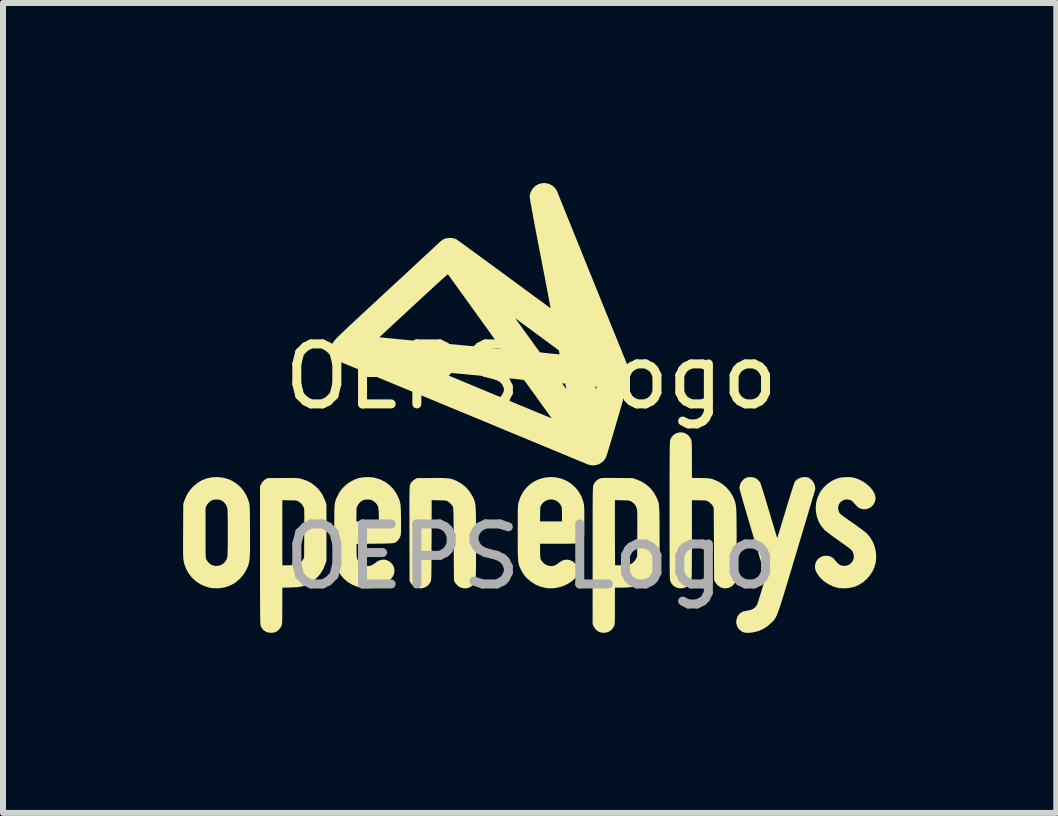
<source format=kicad_pcb>
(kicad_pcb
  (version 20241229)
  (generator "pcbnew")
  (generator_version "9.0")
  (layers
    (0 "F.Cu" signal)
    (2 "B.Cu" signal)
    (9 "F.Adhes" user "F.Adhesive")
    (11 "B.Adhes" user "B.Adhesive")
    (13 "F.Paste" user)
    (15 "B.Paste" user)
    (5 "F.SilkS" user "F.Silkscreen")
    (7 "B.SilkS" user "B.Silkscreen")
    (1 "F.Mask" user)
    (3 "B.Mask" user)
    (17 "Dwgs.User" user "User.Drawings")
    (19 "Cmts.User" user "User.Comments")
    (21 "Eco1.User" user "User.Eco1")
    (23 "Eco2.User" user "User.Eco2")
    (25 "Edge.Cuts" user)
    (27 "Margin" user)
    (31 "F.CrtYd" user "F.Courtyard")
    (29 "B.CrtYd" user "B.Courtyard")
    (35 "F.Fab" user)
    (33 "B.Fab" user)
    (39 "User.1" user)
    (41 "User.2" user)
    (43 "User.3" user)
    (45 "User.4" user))
  (footprint "OEPS Logo"
    (layer "F.Cu")
    (at 5.8 3.725)
    (property "Reference" "OEPS Logo" (at 0 -0.5 0) (unlocked yes) (layer "F.SilkS") (effects (font (size 1 1) (thickness 0.15))))
    (attr board_only exclude_from_pos_files exclude_from_bom)
    (fp_poly (pts (xy -3.982 1.238) (xy -3.948 1.239) (xy -3.921 1.24) (xy -3.899 1.241) (xy -3.881 1.243) (xy -3.864 1.246) (xy -3.847 1.25) (xy -3.844 1.251) (xy -3.765 1.277) (xy -3.692 1.314) (xy -3.627 1.363) (xy -3.57 1.422) (xy -3.523 1.489) (xy -3.487 1.566) (xy -3.48 1.582) (xy -3.461 1.638) (xy -3.461 2.098) (xy -3.461 2.558) (xy -3.477 2.607) (xy -3.511 2.687) (xy -3.555 2.758) (xy -3.609 2.82) (xy -3.674 2.872) (xy -3.74 2.91) (xy -3.771 2.925) (xy -3.799 2.937) (xy -3.827 2.946) (xy -3.856 2.952) (xy -3.889 2.957) (xy -3.928 2.96) (xy -3.977 2.962) (xy -4.037 2.964) (xy -4.038 2.964) (xy -4.196 2.968) (xy -4.196 3.289) (xy -4.196 3.365) (xy -4.197 3.428) (xy -4.197 3.48) (xy -4.197 3.522) (xy -4.198 3.554) (xy -4.199 3.58) (xy -4.2 3.599) (xy -4.202 3.613) (xy -4.204 3.624) (xy -4.207 3.632) (xy -4.209 3.639) (xy -4.23 3.671) (xy -4.256 3.697) (xy -4.282 3.711) (xy -4.308 3.717) (xy -4.34 3.718) (xy -4.371 3.715) (xy -4.395 3.707) (xy -4.395 3.707) (xy -4.423 3.689) (xy -4.442 3.669) (xy -4.455 3.645) (xy -4.457 3.641) (xy -4.458 3.636) (xy -4.459 3.63) (xy -4.461 3.621) (xy -4.462 3.609) (xy -4.463 3.594) (xy -4.464 3.575) (xy -4.464 3.55) (xy -4.465 3.521) (xy -4.466 3.485) (xy -4.466 3.442) (xy -4.467 3.392) (xy -4.467 3.334) (xy -4.467 3.268) (xy -4.467 3.192) (xy -4.468 3.106) (xy -4.468 3.009) (xy -4.468 2.901) (xy -4.468 2.781) (xy -4.468 2.649) (xy -4.468 2.503) (xy -4.468 2.478) (xy -4.468 2.102) (xy -4.196 2.102) (xy -4.196 2.695) (xy -4.055 2.693) (xy -4.006 2.691) (xy -3.968 2.69) (xy -3.939 2.688) (xy -3.918 2.686) (xy -3.9 2.683) (xy -3.885 2.678) (xy -3.874 2.674) (xy -3.832 2.651) (xy -3.794 2.619) (xy -3.762 2.58) (xy -3.75 2.558) (xy -3.733 2.523) (xy -3.731 2.111) (xy -3.73 2.025) (xy -3.73 1.952) (xy -3.73 1.89) (xy -3.73 1.839) (xy -3.73 1.797) (xy -3.731 1.763) (xy -3.731 1.736) (xy -3.732 1.716) (xy -3.734 1.7) (xy -3.735 1.687) (xy -3.738 1.677) (xy -3.74 1.669) (xy -3.743 1.66) (xy -3.743 1.66) (xy -3.766 1.617) (xy -3.799 1.577) (xy -3.838 1.545) (xy -3.86 1.532) (xy -3.874 1.526) (xy -3.886 1.521) (xy -3.899 1.517) (xy -3.915 1.515) (xy -3.937 1.513) (xy -3.966 1.512) (xy -4.005 1.511) (xy -4.048 1.51) (xy -4.196 1.508) (xy -4.196 2.102) (xy -4.468 2.102) (xy -4.468 1.339) (xy -4.453 1.309) (xy -4.433 1.28) (xy -4.41 1.259) (xy -4.382 1.241) (xy -4.143 1.239) (xy -4.077 1.238) (xy -4.024 1.238)) (stroke (width 0.1) (type solid)) (fill yes) (layer "F.SilkS"))
    (fp_poly (pts (xy 5.311 1.225) (xy 5.356 1.231) (xy 5.367 1.233) (xy 5.425 1.252) (xy 5.481 1.279) (xy 5.534 1.311) (xy 5.581 1.348) (xy 5.621 1.388) (xy 5.654 1.43) (xy 5.676 1.472) (xy 5.687 1.512) (xy 5.688 1.527) (xy 5.681 1.565) (xy 5.665 1.599) (xy 5.64 1.626) (xy 5.61 1.646) (xy 5.575 1.658) (xy 5.539 1.66) (xy 5.504 1.652) (xy 5.472 1.634) (xy 5.46 1.622) (xy 5.428 1.586) (xy 5.403 1.559) (xy 5.384 1.54) (xy 5.368 1.527) (xy 5.355 1.518) (xy 5.342 1.512) (xy 5.327 1.507) (xy 5.326 1.506) (xy 5.271 1.496) (xy 5.222 1.499) (xy 5.182 1.512) (xy 5.137 1.539) (xy 5.102 1.575) (xy 5.078 1.617) (xy 5.066 1.663) (xy 5.065 1.712) (xy 5.077 1.76) (xy 5.084 1.776) (xy 5.09 1.788) (xy 5.096 1.798) (xy 5.104 1.809) (xy 5.114 1.82) (xy 5.127 1.832) (xy 5.146 1.847) (xy 5.17 1.866) (xy 5.202 1.889) (xy 5.241 1.917) (xy 5.29 1.951) (xy 5.346 1.99) (xy 5.391 2.022) (xy 5.434 2.053) (xy 5.473 2.082) (xy 5.507 2.107) (xy 5.533 2.128) (xy 5.549 2.142) (xy 5.55 2.142) (xy 5.602 2.201) (xy 5.643 2.267) (xy 5.674 2.341) (xy 5.693 2.421) (xy 5.699 2.501) (xy 5.693 2.58) (xy 5.673 2.656) (xy 5.64 2.727) (xy 5.595 2.793) (xy 5.553 2.839) (xy 5.492 2.891) (xy 5.429 2.93) (xy 5.363 2.956) (xy 5.29 2.972) (xy 5.235 2.977) (xy 5.2 2.977) (xy 5.168 2.976) (xy 5.141 2.974) (xy 5.131 2.973) (xy 5.052 2.95) (xy 4.979 2.916) (xy 4.913 2.873) (xy 4.856 2.82) (xy 4.817 2.771) (xy 4.791 2.726) (xy 4.779 2.684) (xy 4.779 2.645) (xy 4.792 2.606) (xy 4.797 2.596) (xy 4.82 2.568) (xy 4.851 2.548) (xy 4.886 2.536) (xy 4.924 2.534) (xy 4.96 2.54) (xy 4.992 2.556) (xy 5.014 2.577) (xy 5.051 2.624) (xy 5.087 2.658) (xy 5.122 2.682) (xy 5.159 2.696) (xy 5.2 2.703) (xy 5.217 2.703) (xy 5.27 2.697) (xy 5.318 2.678) (xy 5.36 2.648) (xy 5.394 2.607) (xy 5.407 2.584) (xy 5.423 2.537) (xy 5.426 2.487) (xy 5.418 2.437) (xy 5.399 2.391) (xy 5.369 2.351) (xy 5.365 2.348) (xy 5.352 2.337) (xy 5.33 2.319) (xy 5.299 2.296) (xy 5.261 2.268) (xy 5.219 2.238) (xy 5.173 2.205) (xy 5.145 2.185) (xy 5.098 2.152) (xy 5.053 2.119) (xy 5.012 2.089) (xy 4.977 2.062) (xy 4.949 2.04) (xy 4.929 2.025) (xy 4.923 2.019) (xy 4.874 1.96) (xy 4.836 1.895) (xy 4.81 1.825) (xy 4.795 1.751) (xy 4.791 1.676) (xy 4.799 1.601) (xy 4.82 1.528) (xy 4.852 1.459) (xy 4.865 1.438) (xy 4.914 1.376) (xy 4.973 1.322) (xy 5.039 1.278) (xy 5.111 1.245) (xy 5.116 1.244) (xy 5.157 1.233) (xy 5.207 1.227) (xy 5.26 1.224)) (stroke (width 0.1) (type solid)) (fill yes) (layer "F.SilkS"))
    (fp_poly (pts (xy -5.158 1.23) (xy -5.08 1.249) (xy -5.006 1.28) (xy -4.939 1.323) (xy -4.879 1.375) (xy -4.828 1.437) (xy -4.787 1.507) (xy -4.756 1.585) (xy -4.752 1.599) (xy -4.749 1.61) (xy -4.746 1.622) (xy -4.744 1.635) (xy -4.742 1.651) (xy -4.74 1.669) (xy -4.739 1.693) (xy -4.738 1.723) (xy -4.737 1.76) (xy -4.736 1.805) (xy -4.736 1.86) (xy -4.735 1.926) (xy -4.735 2.004) (xy -4.734 2.056) (xy -4.734 2.153) (xy -4.734 2.236) (xy -4.734 2.308) (xy -4.734 2.37) (xy -4.735 2.422) (xy -4.737 2.466) (xy -4.739 2.503) (xy -4.742 2.535) (xy -4.745 2.562) (xy -4.749 2.585) (xy -4.754 2.606) (xy -4.76 2.626) (xy -4.765 2.64) (xy -4.795 2.706) (xy -4.836 2.771) (xy -4.886 2.829) (xy -4.942 2.879) (xy -4.985 2.909) (xy -5.058 2.944) (xy -5.136 2.967) (xy -5.217 2.977) (xy -5.299 2.975) (xy -5.336 2.97) (xy -5.415 2.948) (xy -5.489 2.914) (xy -5.556 2.87) (xy -5.615 2.815) (xy -5.665 2.752) (xy -5.704 2.682) (xy -5.732 2.604) (xy -5.74 2.572) (xy -5.742 2.559) (xy -5.744 2.544) (xy -5.746 2.527) (xy -5.747 2.505) (xy -5.748 2.479) (xy -5.749 2.446) (xy -5.749 2.406) (xy -5.75 2.357) (xy -5.75 2.299) (xy -5.75 2.229) (xy -5.749 2.148) (xy -5.749 2.073) (xy -5.747 1.673) (xy -5.475 1.673) (xy -5.475 2.098) (xy -5.475 2.186) (xy -5.475 2.261) (xy -5.475 2.324) (xy -5.475 2.377) (xy -5.474 2.42) (xy -5.474 2.455) (xy -5.473 2.483) (xy -5.472 2.505) (xy -5.47 2.521) (xy -5.468 2.534) (xy -5.466 2.544) (xy -5.464 2.552) (xy -5.462 2.558) (xy -5.446 2.588) (xy -5.422 2.62) (xy -5.393 2.65) (xy -5.365 2.672) (xy -5.364 2.673) (xy -5.318 2.694) (xy -5.267 2.704) (xy -5.214 2.703) (xy -5.163 2.691) (xy -5.147 2.684) (xy -5.098 2.655) (xy -5.059 2.615) (xy -5.03 2.567) (xy -5.013 2.512) (xy -5.012 2.51) (xy -5.011 2.494) (xy -5.009 2.465) (xy -5.008 2.426) (xy -5.007 2.379) (xy -5.006 2.323) (xy -5.005 2.262) (xy -5.005 2.197) (xy -5.005 2.13) (xy -5.005 2.062) (xy -5.005 1.995) (xy -5.005 1.931) (xy -5.006 1.871) (xy -5.007 1.817) (xy -5.008 1.77) (xy -5.009 1.733) (xy -5.01 1.707) (xy -5.011 1.695) (xy -5.027 1.638) (xy -5.055 1.589) (xy -5.094 1.548) (xy -5.14 1.517) (xy -5.159 1.508) (xy -5.177 1.503) (xy -5.197 1.5) (xy -5.226 1.499) (xy -5.242 1.499) (xy -5.275 1.499) (xy -5.299 1.501) (xy -5.318 1.506) (xy -5.338 1.513) (xy -5.347 1.518) (xy -5.393 1.548) (xy -5.431 1.59) (xy -5.457 1.634) (xy -5.475 1.673) (xy -5.747 1.673) (xy -5.747 1.631) (xy -5.728 1.575) (xy -5.703 1.514) (xy -5.673 1.46) (xy -5.633 1.408) (xy -5.597 1.369) (xy -5.535 1.315) (xy -5.469 1.274) (xy -5.397 1.245) (xy -5.32 1.228) (xy -5.241 1.223)) (stroke (width 0.1) (type solid)) (fill yes) (layer "F.SilkS"))
    (fp_poly (pts (xy -1.522 1.238) (xy -1.471 1.239) (xy -1.43 1.241) (xy -1.395 1.244) (xy -1.365 1.248) (xy -1.338 1.254) (xy -1.314 1.262) (xy -1.289 1.272) (xy -1.262 1.284) (xy -1.258 1.286) (xy -1.186 1.327) (xy -1.122 1.379) (xy -1.068 1.441) (xy -1.024 1.513) (xy -1.021 1.52) (xy -1.012 1.537) (xy -1.004 1.553) (xy -0.998 1.568) (xy -0.992 1.583) (xy -0.987 1.6) (xy -0.983 1.619) (xy -0.979 1.641) (xy -0.977 1.667) (xy -0.974 1.698) (xy -0.973 1.735) (xy -0.971 1.78) (xy -0.97 1.832) (xy -0.97 1.893) (xy -0.969 1.964) (xy -0.969 2.045) (xy -0.969 2.139) (xy -0.969 2.245) (xy -0.969 2.278) (xy -0.969 2.385) (xy -0.969 2.48) (xy -0.969 2.562) (xy -0.969 2.634) (xy -0.97 2.694) (xy -0.97 2.746) (xy -0.971 2.788) (xy -0.973 2.823) (xy -0.974 2.852) (xy -0.976 2.874) (xy -0.979 2.891) (xy -0.983 2.905) (xy -0.987 2.915) (xy -0.991 2.923) (xy -0.997 2.929) (xy -1.003 2.935) (xy -1.011 2.941) (xy -1.013 2.943) (xy -1.049 2.966) (xy -1.088 2.978) (xy -1.128 2.976) (xy -1.166 2.963) (xy -1.199 2.938) (xy -1.219 2.915) (xy -1.237 2.887) (xy -1.241 2.283) (xy -1.241 2.178) (xy -1.242 2.085) (xy -1.242 2.005) (xy -1.243 1.936) (xy -1.244 1.877) (xy -1.244 1.827) (xy -1.245 1.786) (xy -1.246 1.753) (xy -1.247 1.726) (xy -1.248 1.705) (xy -1.249 1.689) (xy -1.251 1.676) (xy -1.252 1.667) (xy -1.254 1.659) (xy -1.257 1.653) (xy -1.259 1.647) (xy -1.259 1.647) (xy -1.285 1.605) (xy -1.321 1.567) (xy -1.362 1.537) (xy -1.372 1.532) (xy -1.386 1.525) (xy -1.398 1.521) (xy -1.411 1.517) (xy -1.427 1.515) (xy -1.449 1.513) (xy -1.479 1.512) (xy -1.518 1.511) (xy -1.56 1.51) (xy -1.708 1.508) (xy -1.709 2.193) (xy -1.71 2.306) (xy -1.71 2.406) (xy -1.71 2.494) (xy -1.711 2.57) (xy -1.711 2.635) (xy -1.711 2.691) (xy -1.712 2.738) (xy -1.712 2.777) (xy -1.713 2.809) (xy -1.714 2.835) (xy -1.715 2.855) (xy -1.716 2.87) (xy -1.718 2.881) (xy -1.719 2.89) (xy -1.721 2.897) (xy -1.723 2.902) (xy -1.726 2.906) (xy -1.726 2.907) (xy -1.75 2.94) (xy -1.783 2.963) (xy -1.821 2.976) (xy -1.861 2.977) (xy -1.901 2.966) (xy -1.906 2.963) (xy -1.932 2.946) (xy -1.953 2.926) (xy -1.959 2.919) (xy -1.976 2.894) (xy -1.978 2.114) (xy -1.978 1.993) (xy -1.978 1.886) (xy -1.979 1.79) (xy -1.979 1.706) (xy -1.979 1.633) (xy -1.979 1.57) (xy -1.978 1.517) (xy -1.978 1.471) (xy -1.978 1.434) (xy -1.977 1.403) (xy -1.976 1.378) (xy -1.976 1.358) (xy -1.974 1.343) (xy -1.973 1.332) (xy -1.972 1.323) (xy -1.97 1.317) (xy -1.968 1.312) (xy -1.966 1.307) (xy -1.966 1.307) (xy -1.951 1.286) (xy -1.93 1.265) (xy -1.922 1.26) (xy -1.893 1.241) (xy -1.656 1.239) (xy -1.583 1.238)) (stroke (width 0.1) (type solid)) (fill yes) (layer "F.SilkS"))
    (fp_poly (pts (xy 2.525 0.482) (xy 2.559 0.496) (xy 2.59 0.52) (xy 2.613 0.554) (xy 2.617 0.563) (xy 2.62 0.571) (xy 2.622 0.581) (xy 2.624 0.597) (xy 2.625 0.617) (xy 2.626 0.644) (xy 2.627 0.68) (xy 2.627 0.724) (xy 2.628 0.779) (xy 2.628 0.846) (xy 2.628 0.912) (xy 2.628 1.236) (xy 2.797 1.239) (xy 2.854 1.24) (xy 2.898 1.241) (xy 2.933 1.243) (xy 2.96 1.246) (xy 2.98 1.248) (xy 2.997 1.252) (xy 3.004 1.254) (xy 3.084 1.287) (xy 3.157 1.33) (xy 3.22 1.384) (xy 3.273 1.446) (xy 3.316 1.516) (xy 3.343 1.58) (xy 3.348 1.596) (xy 3.353 1.614) (xy 3.357 1.633) (xy 3.361 1.654) (xy 3.364 1.679) (xy 3.366 1.708) (xy 3.368 1.743) (xy 3.37 1.783) (xy 3.371 1.831) (xy 3.372 1.887) (xy 3.372 1.952) (xy 3.373 2.028) (xy 3.373 2.114) (xy 3.373 2.213) (xy 3.372 2.324) (xy 3.372 2.325) (xy 3.37 2.88) (xy 3.349 2.914) (xy 3.321 2.947) (xy 3.286 2.968) (xy 3.244 2.978) (xy 3.208 2.976) (xy 3.171 2.962) (xy 3.139 2.939) (xy 3.117 2.911) (xy 3.098 2.879) (xy 3.095 2.276) (xy 3.091 1.673) (xy 3.073 1.638) (xy 3.045 1.597) (xy 3.008 1.561) (xy 2.968 1.533) (xy 2.959 1.529) (xy 2.946 1.523) (xy 2.934 1.519) (xy 2.919 1.516) (xy 2.899 1.514) (xy 2.873 1.513) (xy 2.838 1.511) (xy 2.792 1.511) (xy 2.776 1.51) (xy 2.628 1.508) (xy 2.628 2.19) (xy 2.628 2.303) (xy 2.628 2.403) (xy 2.627 2.49) (xy 2.627 2.566) (xy 2.627 2.632) (xy 2.627 2.688) (xy 2.626 2.735) (xy 2.626 2.774) (xy 2.625 2.806) (xy 2.624 2.831) (xy 2.623 2.851) (xy 2.622 2.867) (xy 2.621 2.878) (xy 2.619 2.887) (xy 2.617 2.894) (xy 2.615 2.899) (xy 2.615 2.9) (xy 2.592 2.935) (xy 2.56 2.961) (xy 2.523 2.975) (xy 2.482 2.978) (xy 2.444 2.97) (xy 2.408 2.95) (xy 2.38 2.92) (xy 2.369 2.9) (xy 2.367 2.896) (xy 2.366 2.891) (xy 2.365 2.884) (xy 2.363 2.875) (xy 2.362 2.864) (xy 2.361 2.849) (xy 2.36 2.83) (xy 2.36 2.806) (xy 2.359 2.776) (xy 2.358 2.741) (xy 2.358 2.698) (xy 2.357 2.649) (xy 2.357 2.591) (xy 2.357 2.525) (xy 2.357 2.45) (xy 2.356 2.364) (xy 2.356 2.268) (xy 2.356 2.161) (xy 2.356 2.042) (xy 2.356 1.91) (xy 2.356 1.765) (xy 2.356 1.73) (xy 2.356 1.581) (xy 2.356 1.445) (xy 2.356 1.322) (xy 2.356 1.211) (xy 2.356 1.111) (xy 2.357 1.023) (xy 2.357 0.944) (xy 2.357 0.875) (xy 2.357 0.815) (xy 2.358 0.763) (xy 2.358 0.718) (xy 2.359 0.681) (xy 2.36 0.65) (xy 2.36 0.625) (xy 2.361 0.605) (xy 2.362 0.59) (xy 2.363 0.579) (xy 2.365 0.57) (xy 2.366 0.565) (xy 2.367 0.563) (xy 2.388 0.527) (xy 2.417 0.501) (xy 2.451 0.485) (xy 2.488 0.478)) (stroke (width 0.1) (type solid)) (fill yes) (layer "F.SilkS"))
    (fp_poly (pts (xy 4.6 1.23) (xy 4.607 1.233) (xy 4.636 1.255) (xy 4.66 1.285) (xy 4.676 1.32) (xy 4.683 1.355) (xy 4.682 1.373) (xy 4.679 1.382) (xy 4.673 1.404) (xy 4.664 1.437) (xy 4.65 1.482) (xy 4.634 1.536) (xy 4.615 1.601) (xy 4.593 1.674) (xy 4.569 1.756) (xy 4.543 1.845) (xy 4.514 1.94) (xy 4.484 2.041) (xy 4.452 2.148) (xy 4.419 2.259) (xy 4.385 2.373) (xy 4.377 2.398) (xy 4.335 2.538) (xy 4.297 2.666) (xy 4.262 2.781) (xy 4.231 2.886) (xy 4.203 2.979) (xy 4.177 3.063) (xy 4.155 3.137) (xy 4.134 3.202) (xy 4.116 3.259) (xy 4.1 3.308) (xy 4.086 3.351) (xy 4.073 3.388) (xy 4.061 3.419) (xy 4.051 3.445) (xy 4.041 3.467) (xy 4.032 3.485) (xy 4.023 3.5) (xy 4.014 3.513) (xy 4.006 3.525) (xy 3.997 3.535) (xy 3.987 3.545) (xy 3.977 3.556) (xy 3.966 3.566) (xy 3.902 3.622) (xy 3.833 3.665) (xy 3.759 3.695) (xy 3.681 3.713) (xy 3.635 3.717) (xy 3.602 3.718) (xy 3.579 3.718) (xy 3.563 3.715) (xy 3.548 3.71) (xy 3.534 3.703) (xy 3.503 3.679) (xy 3.48 3.645) (xy 3.468 3.607) (xy 3.467 3.573) (xy 3.477 3.532) (xy 3.497 3.498) (xy 3.526 3.471) (xy 3.535 3.466) (xy 3.554 3.459) (xy 3.582 3.453) (xy 3.612 3.447) (xy 3.616 3.447) (xy 3.676 3.434) (xy 3.727 3.411) (xy 3.769 3.378) (xy 3.802 3.336) (xy 3.807 3.326) (xy 3.812 3.313) (xy 3.821 3.288) (xy 3.833 3.253) (xy 3.846 3.211) (xy 3.861 3.162) (xy 3.878 3.109) (xy 3.889 3.071) (xy 3.958 2.843) (xy 3.739 2.111) (xy 3.708 2.008) (xy 3.679 1.909) (xy 3.651 1.816) (xy 3.626 1.729) (xy 3.602 1.649) (xy 3.581 1.576) (xy 3.563 1.513) (xy 3.548 1.459) (xy 3.536 1.415) (xy 3.527 1.382) (xy 3.522 1.361) (xy 3.52 1.353) (xy 3.527 1.314) (xy 3.545 1.279) (xy 3.573 1.249) (xy 3.582 1.243) (xy 3.601 1.232) (xy 3.618 1.226) (xy 3.637 1.224) (xy 3.661 1.225) (xy 3.689 1.227) (xy 3.708 1.232) (xy 3.725 1.241) (xy 3.734 1.249) (xy 3.753 1.266) (xy 3.768 1.284) (xy 3.772 1.29) (xy 3.776 1.3) (xy 3.783 1.322) (xy 3.794 1.355) (xy 3.808 1.399) (xy 3.824 1.451) (xy 3.843 1.512) (xy 3.863 1.58) (xy 3.886 1.653) (xy 3.909 1.731) (xy 3.934 1.813) (xy 3.939 1.83) (xy 3.963 1.912) (xy 3.986 1.99) (xy 4.009 2.064) (xy 4.029 2.131) (xy 4.047 2.191) (xy 4.063 2.244) (xy 4.076 2.287) (xy 4.087 2.321) (xy 4.094 2.343) (xy 4.098 2.354) (xy 4.098 2.354) (xy 4.1 2.348) (xy 4.107 2.33) (xy 4.117 2.301) (xy 4.129 2.261) (xy 4.145 2.212) (xy 4.163 2.154) (xy 4.183 2.089) (xy 4.205 2.018) (xy 4.228 1.941) (xy 4.253 1.859) (xy 4.263 1.828) (xy 4.288 1.744) (xy 4.312 1.664) (xy 4.335 1.589) (xy 4.357 1.519) (xy 4.377 1.456) (xy 4.394 1.401) (xy 4.409 1.354) (xy 4.421 1.318) (xy 4.43 1.292) (xy 4.436 1.278) (xy 4.437 1.276) (xy 4.46 1.253) (xy 4.493 1.235) (xy 4.53 1.225) (xy 4.567 1.223)) (stroke (width 0.1) (type solid)) (fill yes) (layer "F.SilkS"))
    (fp_poly (pts (xy 0.414 1.23) (xy 0.493 1.249) (xy 0.566 1.28) (xy 0.634 1.322) (xy 0.693 1.374) (xy 0.744 1.434) (xy 0.785 1.503) (xy 0.815 1.579) (xy 0.823 1.609) (xy 0.827 1.627) (xy 0.83 1.643) (xy 0.832 1.661) (xy 0.834 1.682) (xy 0.835 1.707) (xy 0.835 1.74) (xy 0.836 1.78) (xy 0.836 1.83) (xy 0.835 1.892) (xy 0.835 1.909) (xy 0.833 2.148) (xy 0.814 2.176) (xy 0.791 2.202) (xy 0.765 2.219) (xy 0.757 2.223) (xy 0.75 2.226) (xy 0.74 2.228) (xy 0.727 2.23) (xy 0.711 2.231) (xy 0.688 2.232) (xy 0.659 2.233) (xy 0.622 2.234) (xy 0.575 2.234) (xy 0.517 2.234) (xy 0.447 2.234) (xy 0.416 2.234) (xy 0.097 2.234) (xy 0.099 2.386) (xy 0.1 2.435) (xy 0.1 2.473) (xy 0.102 2.502) (xy 0.103 2.523) (xy 0.106 2.539) (xy 0.109 2.552) (xy 0.114 2.564) (xy 0.12 2.577) (xy 0.15 2.621) (xy 0.188 2.657) (xy 0.233 2.684) (xy 0.283 2.701) (xy 0.335 2.707) (xy 0.387 2.7) (xy 0.391 2.699) (xy 0.41 2.693) (xy 0.426 2.686) (xy 0.443 2.676) (xy 0.464 2.662) (xy 0.491 2.642) (xy 0.502 2.633) (xy 0.543 2.609) (xy 0.584 2.599) (xy 0.624 2.603) (xy 0.664 2.62) (xy 0.669 2.624) (xy 0.702 2.653) (xy 0.723 2.687) (xy 0.731 2.725) (xy 0.726 2.765) (xy 0.709 2.803) (xy 0.689 2.831) (xy 0.637 2.877) (xy 0.575 2.916) (xy 0.507 2.946) (xy 0.434 2.966) (xy 0.359 2.977) (xy 0.284 2.976) (xy 0.251 2.972) (xy 0.174 2.953) (xy 0.099 2.922) (xy 0.031 2.88) (xy -0.029 2.83) (xy -0.033 2.825) (xy -0.058 2.799) (xy -0.078 2.776) (xy -0.094 2.751) (xy -0.111 2.721) (xy -0.123 2.698) (xy -0.133 2.679) (xy -0.141 2.661) (xy -0.148 2.644) (xy -0.155 2.627) (xy -0.16 2.607) (xy -0.164 2.585) (xy -0.167 2.558) (xy -0.169 2.527) (xy -0.171 2.489) (xy -0.173 2.444) (xy -0.173 2.39) (xy -0.174 2.326) (xy -0.174 2.251) (xy -0.174 2.165) (xy -0.174 2.102) (xy -0.174 2.012) (xy -0.174 1.962) (xy 0.097 1.962) (xy 0.331 1.962) (xy 0.566 1.962) (xy 0.563 1.814) (xy 0.563 1.765) (xy 0.562 1.727) (xy 0.56 1.699) (xy 0.559 1.679) (xy 0.556 1.663) (xy 0.552 1.65) (xy 0.547 1.638) (xy 0.542 1.626) (xy 0.512 1.58) (xy 0.474 1.544) (xy 0.431 1.518) (xy 0.384 1.502) (xy 0.335 1.496) (xy 0.285 1.5) (xy 0.237 1.515) (xy 0.193 1.54) (xy 0.153 1.575) (xy 0.121 1.62) (xy 0.12 1.624) (xy 0.113 1.636) (xy 0.109 1.647) (xy 0.105 1.659) (xy 0.103 1.675) (xy 0.101 1.697) (xy 0.1 1.726) (xy 0.1 1.766) (xy 0.099 1.811) (xy 0.097 1.962) (xy -0.174 1.962) (xy -0.174 1.934) (xy -0.174 1.869) (xy -0.174 1.814) (xy -0.173 1.768) (xy -0.173 1.731) (xy -0.172 1.7) (xy -0.171 1.676) (xy -0.169 1.656) (xy -0.168 1.641) (xy -0.166 1.627) (xy -0.163 1.615) (xy -0.16 1.604) (xy -0.16 1.603) (xy -0.133 1.524) (xy -0.095 1.452) (xy -0.046 1.388) (xy 0.011 1.334) (xy 0.077 1.289) (xy 0.149 1.256) (xy 0.227 1.233) (xy 0.31 1.224) (xy 0.331 1.223)) (stroke (width 0.1) (type solid)) (fill yes) (layer "F.SilkS"))
    (fp_poly (pts (xy 1.393 1.238) (xy 1.44 1.239) (xy 1.683 1.241) (xy 1.739 1.26) (xy 1.819 1.295) (xy 1.89 1.34) (xy 1.951 1.395) (xy 2.002 1.46) (xy 2.04 1.527) (xy 2.049 1.547) (xy 2.057 1.564) (xy 2.064 1.581) (xy 2.07 1.598) (xy 2.075 1.617) (xy 2.078 1.638) (xy 2.081 1.664) (xy 2.084 1.694) (xy 2.085 1.731) (xy 2.087 1.776) (xy 2.088 1.829) (xy 2.088 1.893) (xy 2.089 1.967) (xy 2.089 2.055) (xy 2.089 2.068) (xy 2.09 2.163) (xy 2.09 2.245) (xy 2.09 2.315) (xy 2.09 2.375) (xy 2.089 2.426) (xy 2.087 2.469) (xy 2.085 2.505) (xy 2.082 2.535) (xy 2.078 2.561) (xy 2.074 2.583) (xy 2.068 2.603) (xy 2.062 2.623) (xy 2.054 2.643) (xy 2.053 2.647) (xy 2.019 2.714) (xy 1.974 2.776) (xy 1.92 2.832) (xy 1.859 2.88) (xy 1.793 2.917) (xy 1.743 2.937) (xy 1.707 2.947) (xy 1.671 2.955) (xy 1.63 2.96) (xy 1.583 2.964) (xy 1.526 2.965) (xy 1.472 2.966) (xy 1.345 2.966) (xy 1.345 3.291) (xy 1.345 3.367) (xy 1.345 3.43) (xy 1.345 3.482) (xy 1.345 3.524) (xy 1.344 3.557) (xy 1.343 3.582) (xy 1.342 3.602) (xy 1.34 3.616) (xy 1.338 3.627) (xy 1.336 3.636) (xy 1.332 3.643) (xy 1.33 3.648) (xy 1.307 3.68) (xy 1.276 3.703) (xy 1.239 3.716) (xy 1.199 3.719) (xy 1.159 3.71) (xy 1.143 3.702) (xy 1.119 3.686) (xy 1.101 3.664) (xy 1.093 3.649) (xy 1.073 3.613) (xy 1.074 2.479) (xy 1.074 2.332) (xy 1.074 2.197) (xy 1.074 2.096) (xy 1.345 2.096) (xy 1.345 2.186) (xy 1.346 2.271) (xy 1.346 2.351) (xy 1.346 2.426) (xy 1.347 2.493) (xy 1.347 2.552) (xy 1.348 2.602) (xy 1.348 2.642) (xy 1.349 2.67) (xy 1.35 2.686) (xy 1.351 2.69) (xy 1.359 2.692) (xy 1.379 2.693) (xy 1.408 2.693) (xy 1.445 2.693) (xy 1.487 2.693) (xy 1.495 2.693) (xy 1.635 2.691) (xy 1.681 2.668) (xy 1.73 2.637) (xy 1.768 2.597) (xy 1.797 2.549) (xy 1.816 2.509) (xy 1.818 2.12) (xy 1.818 2.035) (xy 1.818 1.962) (xy 1.819 1.901) (xy 1.818 1.851) (xy 1.818 1.809) (xy 1.817 1.776) (xy 1.816 1.749) (xy 1.815 1.728) (xy 1.813 1.712) (xy 1.811 1.699) (xy 1.809 1.688) (xy 1.789 1.634) (xy 1.758 1.588) (xy 1.716 1.552) (xy 1.68 1.531) (xy 1.667 1.525) (xy 1.654 1.52) (xy 1.641 1.517) (xy 1.624 1.514) (xy 1.601 1.513) (xy 1.57 1.512) (xy 1.529 1.511) (xy 1.493 1.51) (xy 1.345 1.508) (xy 1.345 2.096) (xy 1.074 2.096) (xy 1.074 2.076) (xy 1.074 1.967) (xy 1.074 1.869) (xy 1.074 1.781) (xy 1.074 1.704) (xy 1.075 1.636) (xy 1.075 1.577) (xy 1.075 1.526) (xy 1.076 1.482) (xy 1.076 1.446) (xy 1.077 1.415) (xy 1.078 1.391) (xy 1.079 1.371) (xy 1.08 1.355) (xy 1.081 1.343) (xy 1.082 1.334) (xy 1.083 1.327) (xy 1.085 1.322) (xy 1.086 1.317) (xy 1.086 1.317) (xy 1.104 1.289) (xy 1.128 1.265) (xy 1.155 1.247) (xy 1.173 1.241) (xy 1.185 1.24) (xy 1.21 1.239) (xy 1.244 1.238) (xy 1.288 1.238) (xy 1.338 1.238)) (stroke (width 0.1) (type solid)) (fill yes) (layer "F.SilkS"))
    (fp_poly (pts (xy -2.67 1.226) (xy -2.621 1.233) (xy -2.617 1.234) (xy -2.537 1.258) (xy -2.464 1.294) (xy -2.398 1.341) (xy -2.341 1.398) (xy -2.294 1.464) (xy -2.275 1.499) (xy -2.262 1.527) (xy -2.25 1.552) (xy -2.241 1.575) (xy -2.235 1.599) (xy -2.229 1.624) (xy -2.225 1.654) (xy -2.223 1.689) (xy -2.221 1.732) (xy -2.22 1.785) (xy -2.219 1.848) (xy -2.218 1.876) (xy -2.218 1.952) (xy -2.218 2.015) (xy -2.218 2.064) (xy -2.22 2.101) (xy -2.222 2.126) (xy -2.223 2.135) (xy -2.236 2.164) (xy -2.255 2.192) (xy -2.279 2.215) (xy -2.289 2.222) (xy -2.297 2.224) (xy -2.314 2.226) (xy -2.34 2.228) (xy -2.377 2.229) (xy -2.425 2.231) (xy -2.484 2.232) (xy -2.556 2.233) (xy -2.631 2.234) (xy -2.959 2.237) (xy -2.959 2.377) (xy -2.959 2.434) (xy -2.957 2.48) (xy -2.954 2.516) (xy -2.948 2.545) (xy -2.94 2.569) (xy -2.929 2.59) (xy -2.914 2.61) (xy -2.899 2.628) (xy -2.86 2.664) (xy -2.819 2.688) (xy -2.773 2.701) (xy -2.725 2.704) (xy -2.694 2.704) (xy -2.671 2.701) (xy -2.652 2.696) (xy -2.631 2.686) (xy -2.629 2.685) (xy -2.601 2.669) (xy -2.572 2.648) (xy -2.56 2.638) (xy -2.522 2.612) (xy -2.481 2.6) (xy -2.441 2.6) (xy -2.401 2.614) (xy -2.382 2.627) (xy -2.352 2.656) (xy -2.335 2.689) (xy -2.328 2.73) (xy -2.328 2.736) (xy -2.333 2.773) (xy -2.349 2.807) (xy -2.376 2.84) (xy -2.412 2.871) (xy -2.476 2.913) (xy -2.541 2.944) (xy -2.587 2.959) (xy -2.628 2.968) (xy -2.676 2.974) (xy -2.726 2.977) (xy -2.771 2.976) (xy -2.799 2.973) (xy -2.878 2.955) (xy -2.953 2.925) (xy -3.021 2.885) (xy -3.081 2.836) (xy -3.119 2.793) (xy -3.149 2.751) (xy -3.177 2.701) (xy -3.201 2.649) (xy -3.218 2.6) (xy -3.219 2.596) (xy -3.221 2.586) (xy -3.223 2.575) (xy -3.225 2.561) (xy -3.226 2.543) (xy -3.228 2.521) (xy -3.229 2.493) (xy -3.229 2.459) (xy -3.23 2.416) (xy -3.23 2.364) (xy -3.231 2.302) (xy -3.231 2.229) (xy -3.231 2.144) (xy -3.231 2.102) (xy -3.231 2.008) (xy -3.231 1.962) (xy -2.964 1.962) (xy -2.726 1.962) (xy -2.488 1.962) (xy -2.488 1.841) (xy -2.489 1.779) (xy -2.492 1.729) (xy -2.496 1.69) (xy -2.502 1.658) (xy -2.511 1.632) (xy -2.515 1.624) (xy -2.544 1.58) (xy -2.584 1.542) (xy -2.615 1.523) (xy -2.637 1.511) (xy -2.655 1.504) (xy -2.673 1.5) (xy -2.696 1.499) (xy -2.725 1.499) (xy -2.76 1.499) (xy -2.785 1.502) (xy -2.804 1.507) (xy -2.823 1.514) (xy -2.824 1.515) (xy -2.872 1.545) (xy -2.91 1.584) (xy -2.936 1.626) (xy -2.959 1.673) (xy -2.961 1.817) (xy -2.964 1.962) (xy -3.231 1.962) (xy -3.231 1.928) (xy -3.23 1.859) (xy -3.23 1.8) (xy -3.229 1.751) (xy -3.228 1.71) (xy -3.227 1.677) (xy -3.225 1.649) (xy -3.222 1.626) (xy -3.219 1.606) (xy -3.215 1.589) (xy -3.21 1.574) (xy -3.204 1.558) (xy -3.198 1.542) (xy -3.194 1.534) (xy -3.156 1.46) (xy -3.107 1.394) (xy -3.048 1.337) (xy -2.98 1.29) (xy -2.903 1.253) (xy -2.879 1.244) (xy -2.835 1.233) (xy -2.782 1.226) (xy -2.725 1.224)) (stroke (width 0.1) (type solid)) (fill yes) (layer "F.SilkS"))
    (fp_poly (pts (xy 0.278 -3.665) (xy 0.323 -3.643) (xy 0.359 -3.61) (xy 0.387 -3.568) (xy 0.396 -3.546) (xy 0.4 -3.536) (xy 0.409 -3.513) (xy 0.422 -3.479) (xy 0.44 -3.434) (xy 0.462 -3.379) (xy 0.488 -3.315) (xy 0.517 -3.242) (xy 0.55 -3.161) (xy 0.585 -3.074) (xy 0.623 -2.979) (xy 0.663 -2.879) (xy 0.706 -2.774) (xy 0.75 -2.665) (xy 0.796 -2.552) (xy 0.842 -2.436) (xy 0.89 -2.318) (xy 0.938 -2.199) (xy 0.987 -2.079) (xy 1.035 -1.959) (xy 1.084 -1.84) (xy 1.131 -1.722) (xy 1.178 -1.607) (xy 1.224 -1.494) (xy 1.268 -1.385) (xy 1.31 -1.28) (xy 1.351 -1.181) (xy 1.389 -1.087) (xy 1.424 -1) (xy 1.457 -0.919) (xy 1.486 -0.847) (xy 1.512 -0.784) (xy 1.534 -0.73) (xy 1.552 -0.686) (xy 1.566 -0.652) (xy 1.575 -0.631) (xy 1.579 -0.622) (xy 1.59 -0.594) (xy 1.595 -0.571) (xy 1.595 -0.543) (xy 1.595 -0.538) (xy 1.592 -0.525) (xy 1.586 -0.5) (xy 1.577 -0.464) (xy 1.565 -0.417) (xy 1.55 -0.362) (xy 1.532 -0.3) (xy 1.513 -0.23) (xy 1.492 -0.156) (xy 1.469 -0.077) (xy 1.446 0.005) (xy 1.421 0.089) (xy 1.397 0.173) (xy 1.372 0.257) (xy 1.348 0.34) (xy 1.324 0.42) (xy 1.302 0.497) (xy 1.28 0.568) (xy 1.261 0.633) (xy 1.243 0.692) (xy 1.228 0.741) (xy 1.215 0.782) (xy 1.205 0.811) (xy 1.198 0.829) (xy 1.197 0.833) (xy 1.169 0.871) (xy 1.133 0.9) (xy 1.09 0.92) (xy 1.044 0.929) (xy 0.996 0.926) (xy 0.955 0.914) (xy 0.938 0.907) (xy 0.908 0.894) (xy 0.868 0.877) (xy 0.816 0.856) (xy 0.755 0.831) (xy 0.684 0.801) (xy 0.605 0.768) (xy 0.517 0.732) (xy 0.421 0.692) (xy 0.318 0.649) (xy 0.209 0.604) (xy 0.094 0.556) (xy -0.027 0.506) (xy -0.152 0.454) (xy -0.281 0.401) (xy -0.414 0.346) (xy -0.549 0.289) (xy -0.687 0.232) (xy -0.827 0.174) (xy -0.968 0.116) (xy -1.109 0.057) (xy -1.25 -0.001) (xy -1.391 -0.059) (xy -1.53 -0.117) (xy -1.668 -0.174) (xy -1.803 -0.23) (xy -1.935 -0.285) (xy -2.063 -0.338) (xy -2.187 -0.389) (xy -2.306 -0.438) (xy -2.419 -0.485) (xy -2.527 -0.53) (xy -2.628 -0.572) (xy -2.722 -0.61) (xy -2.807 -0.646) (xy -2.835 -0.657) (xy -1.834 -0.657) (xy -1.828 -0.654) (xy -1.81 -0.647) (xy -1.781 -0.634) (xy -1.741 -0.617) (xy -1.692 -0.597) (xy -1.633 -0.572) (xy -1.567 -0.544) (xy -1.493 -0.513) (xy -1.412 -0.479) (xy -1.326 -0.443) (xy -1.234 -0.405) (xy -1.138 -0.365) (xy -1.039 -0.324) (xy -0.937 -0.281) (xy -0.833 -0.238) (xy -0.728 -0.194) (xy -0.622 -0.15) (xy -0.517 -0.107) (xy -0.413 -0.064) (xy -0.312 -0.021) (xy -0.212 0.02) (xy -0.117 0.059) (xy -0.026 0.097) (xy 0.06 0.133) (xy 0.141 0.166) (xy 0.214 0.196) (xy 0.28 0.223) (xy 0.338 0.247) (xy 0.387 0.267) (xy 0.426 0.283) (xy 0.455 0.295) (xy 0.472 0.301) (xy 0.477 0.303) (xy 0.477 0.298) (xy 0.47 0.286) (xy 0.465 0.281) (xy 0.453 0.264) (xy 0.436 0.241) (xy 0.418 0.215) (xy 0.414 0.209) (xy 0.399 0.189) (xy 0.378 0.16) (xy 0.353 0.124) (xy 0.324 0.085) (xy 0.295 0.044) (xy 0.286 0.031) (xy 0.257 -0.009) (xy 0.228 -0.048) (xy 0.202 -0.085) (xy 0.18 -0.115) (xy 0.164 -0.138) (xy 0.16 -0.143) (xy 0.112 -0.211) (xy 0.067 -0.273) (xy 0.026 -0.329) (xy -0.009 -0.378) (xy -0.039 -0.419) (xy -0.06 -0.447) (xy 0.414 -0.447) (xy 0.417 -0.441) (xy 0.428 -0.426) (xy 0.445 -0.402) (xy 0.467 -0.37) (xy 0.494 -0.333) (xy 0.524 -0.291) (xy 0.542 -0.266) (xy 0.573 -0.223) (xy 0.602 -0.183) (xy 0.628 -0.149) (xy 0.648 -0.121) (xy 0.663 -0.101) (xy 0.672 -0.09) (xy 0.673 -0.089) (xy 0.673 -0.096) (xy 0.67 -0.115) (xy 0.665 -0.144) (xy 0.658 -0.181) (xy 0.65 -0.224) (xy 0.643 -0.258) (xy 0.634 -0.305) (xy 0.626 -0.346) (xy 0.619 -0.381) (xy 0.618 -0.389) (xy 1.011 -0.389) (xy 1.011 -0.382) (xy 1.014 -0.363) (xy 1.019 -0.335) (xy 1.025 -0.3) (xy 1.031 -0.266) (xy 1.042 -0.21) (xy 1.05 -0.165) (xy 1.057 -0.132) (xy 1.062 -0.108) (xy 1.066 -0.093) (xy 1.068 -0.084) (xy 1.07 -0.081) (xy 1.07 -0.081) (xy 1.072 -0.088) (xy 1.078 -0.107) (xy 1.087 -0.135) (xy 1.097 -0.17) (xy 1.109 -0.211) (xy 1.115 -0.229) (xy 1.127 -0.272) (xy 1.138 -0.31) (xy 1.146 -0.341) (xy 1.152 -0.363) (xy 1.155 -0.375) (xy 1.155 -0.377) (xy 1.148 -0.378) (xy 1.13 -0.38) (xy 1.105 -0.383) (xy 1.078 -0.385) (xy 1.051 -0.387) (xy 1.029 -0.389) (xy 1.015 -0.389) (xy 1.011 -0.389) (xy 0.618 -0.389) (xy 0.614 -0.407) (xy 0.611 -0.423) (xy 0.61 -0.427) (xy 0.603 -0.428) (xy 0.585 -0.431) (xy 0.56 -0.434) (xy 0.529 -0.437) (xy 0.497 -0.44) (xy 0.467 -0.443) (xy 0.441 -0.445) (xy 0.422 -0.447) (xy 0.414 -0.447) (xy 0.414 -0.447) (xy -0.06 -0.447) (xy -0.062 -0.45) (xy -0.079 -0.472) (xy -0.088 -0.484) (xy -0.09 -0.485) (xy -0.094 -0.488) (xy -0.102 -0.49) (xy -0.115 -0.493) (xy -0.135 -0.496) (xy -0.161 -0.499) (xy -0.194 -0.503) (xy -0.236 -0.508) (xy -0.286 -0.513) (xy -0.347 -0.519) (xy -0.418 -0.526) (xy -0.501 -0.534) (xy -0.596 -0.543) (xy -0.704 -0.553) (xy -0.711 -0.554) (xy -0.802 -0.562) (xy -0.89 -0.57) (xy -0.974 -0.578) (xy -1.051 -0.585) (xy -1.122 -0.592) (xy -1.186 -0.598) (xy -1.24 -0.603) (xy -1.285 -0.607) (xy -1.319 -0.611) (xy -1.34 -0.613) (xy -1.349 -0.613) (xy -1.376 -0.616) (xy -1.413 -0.62) (xy -1.456 -0.624) (xy -1.503 -0.629) (xy -1.554 -0.634) (xy -1.606 -0.638) (xy -1.656 -0.643) (xy -1.704 -0.647) (xy -1.747 -0.651) (xy -1.784 -0.654) (xy -1.811 -0.656) (xy -1.829 -0.657) (xy -1.834 -0.657) (xy -2.835 -0.657) (xy -2.885 -0.678) (xy -2.953 -0.706) (xy -3.012 -0.73) (xy -3.06 -0.75) (xy -3.098 -0.766) (xy -3.124 -0.776) (xy -3.138 -0.782) (xy -3.14 -0.783) (xy -3.19 -0.808) (xy -3.229 -0.841) (xy -3.257 -0.882) (xy -3.272 -0.929) (xy -3.276 -0.971) (xy -3.276 -0.98) (xy -3.277 -0.989) (xy -3.277 -0.998) (xy -3.276 -1.006) (xy -3.274 -1.015) (xy -3.27 -1.024) (xy -3.264 -1.035) (xy -3.255 -1.048) (xy -3.244 -1.062) (xy -3.229 -1.08) (xy -3.21 -1.101) (xy -3.192 -1.119) (xy -2.64 -1.119) (xy -2.634 -1.118) (xy -2.615 -1.115) (xy -2.584 -1.112) (xy -2.544 -1.107) (xy -2.494 -1.102) (xy -2.436 -1.096) (xy -2.372 -1.089) (xy -2.303 -1.083) (xy -2.246 -1.077) (xy -2.18 -1.071) (xy -2.102 -1.064) (xy -2.014 -1.055) (xy -1.917 -1.046) (xy -1.813 -1.036) (xy -1.703 -1.026) (xy -1.591 -1.015) (xy -1.476 -1.004) (xy -1.362 -0.993) (xy -1.25 -0.983) (xy -1.141 -0.972) (xy -1.14 -0.972) (xy -1.041 -0.963) (xy -0.946 -0.954) (xy -0.856 -0.945) (xy -0.771 -0.937) (xy -0.693 -0.93) (xy -0.623 -0.923) (xy -0.56 -0.917) (xy -0.507 -0.912) (xy -0.465 -0.908) (xy -0.434 -0.906) (xy -0.415 -0.904) (xy -0.409 -0.903) (xy -0.396 -0.905) (xy -0.394 -0.911) (xy -0.395 -0.911) (xy -0.4 -0.919) (xy -0.412 -0.937) (xy -0.432 -0.964) (xy -0.458 -1) (xy -0.489 -1.044) (xy -0.526 -1.095) (xy -0.567 -1.152) (xy -0.612 -1.214) (xy -0.66 -1.281) (xy -0.71 -1.352) (xy -0.763 -1.425) (xy -0.817 -1.5) (xy -0.872 -1.576) (xy -0.927 -1.652) (xy -0.957 -1.694) (xy -0.486 -1.694) (xy -0.486 -1.693) (xy -0.484 -1.69) (xy -0.484 -1.69) (xy -0.478 -1.683) (xy -0.465 -1.665) (xy -0.446 -1.638) (xy -0.42 -1.602) (xy -0.389 -1.559) (xy -0.353 -1.509) (xy -0.313 -1.454) (xy -0.27 -1.393) (xy -0.223 -1.329) (xy -0.185 -1.276) (xy -0.137 -1.209) (xy -0.091 -1.145) (xy -0.048 -1.086) (xy -0.009 -1.031) (xy 0.026 -0.983) (xy 0.056 -0.941) (xy 0.081 -0.908) (xy 0.099 -0.883) (xy 0.11 -0.867) (xy 0.114 -0.863) (xy 0.124 -0.859) (xy 0.146 -0.855) (xy 0.181 -0.85) (xy 0.228 -0.845) (xy 0.285 -0.839) (xy 0.328 -0.834) (xy 0.38 -0.829) (xy 0.427 -0.825) (xy 0.467 -0.821) (xy 0.5 -0.818) (xy 0.523 -0.816) (xy 0.534 -0.815) (xy 0.534 -0.815) (xy 0.534 -0.822) (xy 0.531 -0.839) (xy 0.526 -0.865) (xy 0.52 -0.892) (xy 0.505 -0.968) (xy 0.038 -1.312) (xy -0.051 -1.377) (xy -0.129 -1.435) (xy -0.198 -1.486) (xy -0.258 -1.529) (xy -0.308 -1.567) (xy -0.351 -1.598) (xy -0.387 -1.624) (xy -0.416 -1.645) (xy -0.439 -1.662) (xy -0.456 -1.674) (xy -0.469 -1.683) (xy -0.478 -1.689) (xy -0.483 -1.693) (xy -0.486 -1.694) (xy -0.486 -1.694) (xy -0.957 -1.694) (xy -0.981 -1.728) (xy -1.035 -1.802) (xy -1.086 -1.874) (xy -1.136 -1.942) (xy -1.182 -2.007) (xy -1.225 -2.066) (xy -1.264 -2.12) (xy -1.298 -2.167) (xy -1.327 -2.207) (xy -1.35 -2.238) (xy -1.366 -2.261) (xy -1.375 -2.273) (xy -1.377 -2.275) (xy -1.379 -2.275) (xy -1.385 -2.272) (xy -1.394 -2.266) (xy -1.407 -2.255) (xy -1.425 -2.241) (xy -1.448 -2.221) (xy -1.476 -2.197) (xy -1.51 -2.166) (xy -1.55 -2.13) (xy -1.598 -2.086) (xy -1.652 -2.036) (xy -1.715 -1.978) (xy -1.786 -1.913) (xy -1.866 -1.839) (xy -1.956 -1.756) (xy -2.012 -1.704) (xy -2.091 -1.631) (xy -2.167 -1.56) (xy -2.24 -1.493) (xy -2.309 -1.429) (xy -2.373 -1.369) (xy -2.432 -1.315) (xy -2.484 -1.266) (xy -2.53 -1.223) (xy -2.569 -1.187) (xy -2.6 -1.157) (xy -2.623 -1.136) (xy -2.636 -1.123) (xy -2.64 -1.119) (xy -3.192 -1.119) (xy -3.186 -1.125) (xy -3.158 -1.153) (xy -3.125 -1.186) (xy -3.085 -1.223) (xy -3.04 -1.267) (xy -2.988 -1.316) (xy -2.928 -1.371) (xy -2.861 -1.433) (xy -2.787 -1.503) (xy -2.703 -1.58) (xy -2.611 -1.665) (xy -2.509 -1.759) (xy -2.413 -1.849) (xy -2.32 -1.935) (xy -2.229 -2.019) (xy -2.141 -2.1) (xy -2.057 -2.178) (xy -1.976 -2.253) (xy -1.9 -2.324) (xy -1.829 -2.39) (xy -1.763 -2.451) (xy -1.704 -2.505) (xy -1.651 -2.554) (xy -1.606 -2.596) (xy -1.57 -2.63) (xy -1.541 -2.657) (xy -1.522 -2.674) (xy -1.515 -2.681) (xy -1.486 -2.708) (xy -1.463 -2.727) (xy -1.445 -2.74) (xy -1.427 -2.748) (xy -1.411 -2.754) (xy -1.362 -2.762) (xy -1.315 -2.759) (xy -1.273 -2.745) (xy -1.271 -2.744) (xy -1.263 -2.738) (xy -1.243 -2.725) (xy -1.214 -2.704) (xy -1.176 -2.676) (xy -1.129 -2.642) (xy -1.074 -2.602) (xy -1.011 -2.556) (xy -0.942 -2.506) (xy -0.867 -2.451) (xy -0.787 -2.392) (xy -0.701 -2.33) (xy -0.612 -2.264) (xy -0.519 -2.196) (xy -0.425 -2.127) (xy -0.33 -2.057) (xy -0.238 -1.99) (xy -0.15 -1.925) (xy -0.066 -1.863) (xy 0.012 -1.805) (xy 0.086 -1.752) (xy 0.153 -1.703) (xy 0.213 -1.659) (xy 0.266 -1.62) (xy 0.31 -1.588) (xy 0.346 -1.561) (xy 0.373 -1.542) (xy 0.39 -1.53) (xy 0.396 -1.526) (xy 0.396 -1.526) (xy 0.395 -1.533) (xy 0.391 -1.553) (xy 0.385 -1.585) (xy 0.385 -1.589) (xy 0.776 -1.589) (xy 0.778 -1.579) (xy 0.782 -1.557) (xy 0.788 -1.525) (xy 0.796 -1.485) (xy 0.805 -1.439) (xy 0.815 -1.388) (xy 0.816 -1.381) (xy 0.854 -1.187) (xy 0.913 -1.143) (xy 0.937 -1.125) (xy 0.957 -1.111) (xy 0.971 -1.103) (xy 0.975 -1.101) (xy 0.972 -1.108) (xy 0.966 -1.126) (xy 0.955 -1.154) (xy 0.94 -1.191) (xy 0.922 -1.236) (xy 0.902 -1.286) (xy 0.88 -1.34) (xy 0.875 -1.353) (xy 0.852 -1.408) (xy 0.832 -1.458) (xy 0.814 -1.502) (xy 0.798 -1.538) (xy 0.787 -1.566) (xy 0.779 -1.583) (xy 0.776 -1.59) (xy 0.776 -1.589) (xy 0.385 -1.589) (xy 0.377 -1.629) (xy 0.367 -1.683) (xy 0.355 -1.746) (xy 0.341 -1.819) (xy 0.326 -1.901) (xy 0.309 -1.989) (xy 0.29 -2.085) (xy 0.271 -2.187) (xy 0.25 -2.293) (xy 0.229 -2.405) (xy 0.209 -2.507) (xy 0.18 -2.655) (xy 0.154 -2.79) (xy 0.131 -2.913) (xy 0.11 -3.022) (xy 0.092 -3.12) (xy 0.076 -3.205) (xy 0.062 -3.28) (xy 0.051 -3.343) (xy 0.041 -3.395) (xy 0.034 -3.438) (xy 0.029 -3.47) (xy 0.026 -3.492) (xy 0.025 -3.506) (xy 0.025 -3.51) (xy 0.04 -3.56) (xy 0.066 -3.603) (xy 0.1 -3.637) (xy 0.142 -3.661) (xy 0.188 -3.674) (xy 0.229 -3.675)) (stroke (width 0.1) (type solid)) (fill yes) (layer "F.SilkS"))
    (fp_text user "${REFERENCE}" (at 0 2.5 0) (unlocked yes) (layer "F.Fab") (effects (font (size 1 1) (thickness 0.15)))))
  (gr_rect
    (start -3 -3)
    (end 14.549 10.494)
    (stroke (width 0.1) (type default))
    (fill no)
    (layer "Edge.Cuts")))
</source>
